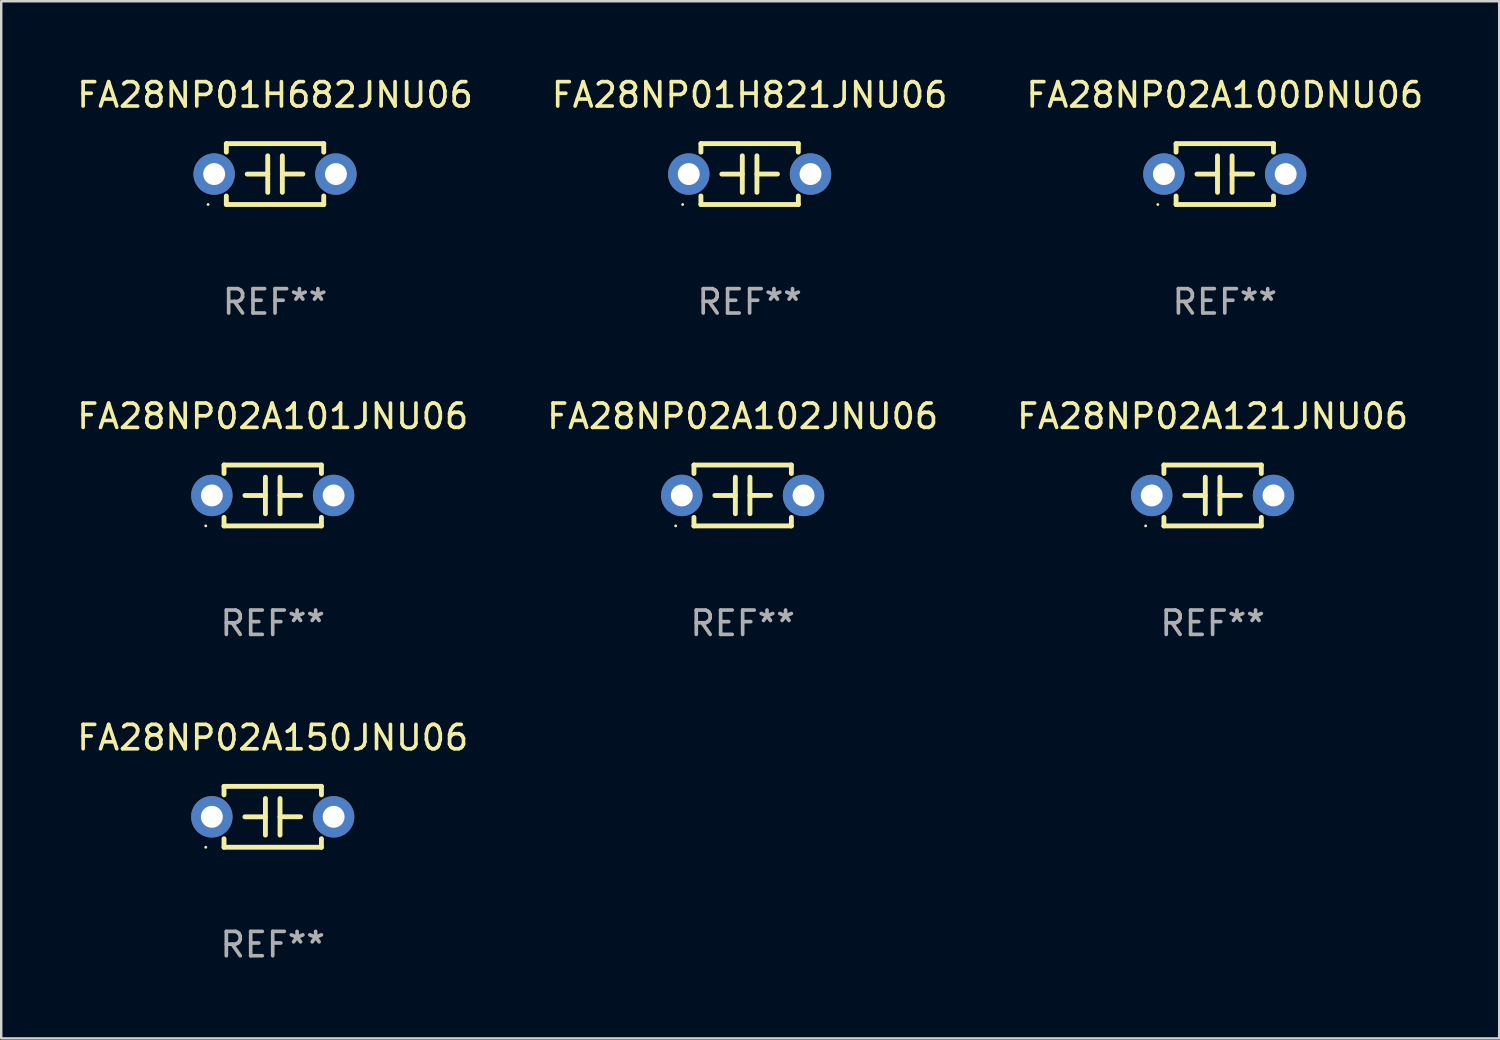
<source format=kicad_pcb>
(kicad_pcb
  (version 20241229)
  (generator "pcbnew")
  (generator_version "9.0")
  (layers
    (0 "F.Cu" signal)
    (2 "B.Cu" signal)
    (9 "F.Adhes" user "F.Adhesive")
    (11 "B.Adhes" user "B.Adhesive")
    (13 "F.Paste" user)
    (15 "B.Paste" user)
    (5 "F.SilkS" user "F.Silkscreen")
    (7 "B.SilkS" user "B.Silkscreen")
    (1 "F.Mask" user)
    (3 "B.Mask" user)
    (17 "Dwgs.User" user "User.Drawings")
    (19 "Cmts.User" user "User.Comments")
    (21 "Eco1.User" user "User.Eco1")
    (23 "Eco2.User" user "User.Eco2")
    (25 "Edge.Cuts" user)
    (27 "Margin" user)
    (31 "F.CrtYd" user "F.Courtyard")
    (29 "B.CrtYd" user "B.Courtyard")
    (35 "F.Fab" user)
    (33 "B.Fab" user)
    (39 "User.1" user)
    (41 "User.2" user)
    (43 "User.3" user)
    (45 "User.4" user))
  (footprint "FA28NP02A102JNU06"
    (layer "F.Cu")
    (at 27.446 17.295)
    (property "Reference" "FA28NP02A102JNU06" (at 0 -3.25 0) (layer "F.SilkS") (effects (font (size 1 1) (thickness 0.15))))
    (attr through_hole)
    (fp_line (start -2 -1.25) (end -2 -0.901) (stroke (width 0.2) (type solid)) (layer "F.SilkS"))
    (fp_line (start -2 -1.25) (end 2 -1.25) (stroke (width 0.2) (type solid)) (layer "F.SilkS"))
    (fp_line (start -2 0.901) (end -2 1.25) (stroke (width 0.2) (type solid)) (layer "F.SilkS"))
    (fp_line (start -0.3 -0.75) (end -0.3 0.75) (stroke (width 0.2) (type solid)) (layer "F.SilkS"))
    (fp_line (start -0.3 0.001) (end -1.143 0.001) (stroke (width 0.2) (type solid)) (layer "F.SilkS"))
    (fp_line (start 0.3 -0.001) (end 1.143 -0.001) (stroke (width 0.2) (type solid)) (layer "F.SilkS"))
    (fp_line (start 0.3 0.75) (end 0.3 -0.75) (stroke (width 0.2) (type solid)) (layer "F.SilkS"))
    (fp_line (start 2 -1.25) (end 2 -0.901) (stroke (width 0.2) (type solid)) (layer "F.SilkS"))
    (fp_line (start 2 0.901) (end 2 1.25) (stroke (width 0.2) (type solid)) (layer "F.SilkS"))
    (fp_line (start 2 1.25) (end -2 1.25) (stroke (width 0.2) (type solid)) (layer "F.SilkS"))
    (fp_circle (center -2.75 1.25) (end -2.72 1.25) (stroke (width 0.06) (type solid)) (fill no) (layer "F.SilkS"))
    (fp_text user "REF**" (at 0 5.25 0) (layer "F.Fab") (effects (font (size 1 1) (thickness 0.15))))
    (pad "1" thru_hole circle (at -2.5 0) (size 1.7 1.7) (drill 0.9) (layers "*.Cu" "*.Mask"))
    (pad "2" thru_hole circle (at 2.5 0) (size 1.7 1.7) (drill 0.9) (layers "*.Cu" "*.Mask")))
  (footprint "FA28NP02A100DNU06"
    (layer "F.Cu")
    (at 47.244 4.098)
    (property "Reference" "FA28NP02A100DNU06" (at 0 -3.25 0) (layer "F.SilkS") (effects (font (size 1 1) (thickness 0.15))))
    (attr through_hole)
    (fp_line (start -2 -1.25) (end -2 -0.901) (stroke (width 0.2) (type solid)) (layer "F.SilkS"))
    (fp_line (start -2 -1.25) (end 2 -1.25) (stroke (width 0.2) (type solid)) (layer "F.SilkS"))
    (fp_line (start -2 0.901) (end -2 1.25) (stroke (width 0.2) (type solid)) (layer "F.SilkS"))
    (fp_line (start -0.3 -0.75) (end -0.3 0.75) (stroke (width 0.2) (type solid)) (layer "F.SilkS"))
    (fp_line (start -0.3 0.001) (end -1.143 0.001) (stroke (width 0.2) (type solid)) (layer "F.SilkS"))
    (fp_line (start 0.3 -0.001) (end 1.143 -0.001) (stroke (width 0.2) (type solid)) (layer "F.SilkS"))
    (fp_line (start 0.3 0.75) (end 0.3 -0.75) (stroke (width 0.2) (type solid)) (layer "F.SilkS"))
    (fp_line (start 2 -1.25) (end 2 -0.901) (stroke (width 0.2) (type solid)) (layer "F.SilkS"))
    (fp_line (start 2 0.901) (end 2 1.25) (stroke (width 0.2) (type solid)) (layer "F.SilkS"))
    (fp_line (start 2 1.25) (end -2 1.25) (stroke (width 0.2) (type solid)) (layer "F.SilkS"))
    (fp_circle (center -2.75 1.25) (end -2.72 1.25) (stroke (width 0.06) (type solid)) (fill no) (layer "F.SilkS"))
    (fp_text user "REF**" (at 0 5.25 0) (layer "F.Fab") (effects (font (size 1 1) (thickness 0.15))))
    (pad "1" thru_hole circle (at -2.5 0) (size 1.7 1.7) (drill 0.9) (layers "*.Cu" "*.Mask"))
    (pad "2" thru_hole circle (at 2.5 0) (size 1.7 1.7) (drill 0.9) (layers "*.Cu" "*.Mask")))
  (footprint "FA28NP01H821JNU06"
    (layer "F.Cu")
    (at 27.732 4.098)
    (property "Reference" "FA28NP01H821JNU06" (at 0 -3.25 0) (layer "F.SilkS") (effects (font (size 1 1) (thickness 0.15))))
    (attr through_hole)
    (fp_line (start -2 -1.25) (end -2 -0.901) (stroke (width 0.2) (type solid)) (layer "F.SilkS"))
    (fp_line (start -2 -1.25) (end 2 -1.25) (stroke (width 0.2) (type solid)) (layer "F.SilkS"))
    (fp_line (start -2 0.901) (end -2 1.25) (stroke (width 0.2) (type solid)) (layer "F.SilkS"))
    (fp_line (start -0.3 -0.75) (end -0.3 0.75) (stroke (width 0.2) (type solid)) (layer "F.SilkS"))
    (fp_line (start -0.3 0.001) (end -1.143 0.001) (stroke (width 0.2) (type solid)) (layer "F.SilkS"))
    (fp_line (start 0.3 -0.001) (end 1.143 -0.001) (stroke (width 0.2) (type solid)) (layer "F.SilkS"))
    (fp_line (start 0.3 0.75) (end 0.3 -0.75) (stroke (width 0.2) (type solid)) (layer "F.SilkS"))
    (fp_line (start 2 -1.25) (end 2 -0.901) (stroke (width 0.2) (type solid)) (layer "F.SilkS"))
    (fp_line (start 2 0.901) (end 2 1.25) (stroke (width 0.2) (type solid)) (layer "F.SilkS"))
    (fp_line (start 2 1.25) (end -2 1.25) (stroke (width 0.2) (type solid)) (layer "F.SilkS"))
    (fp_circle (center -2.75 1.25) (end -2.72 1.25) (stroke (width 0.06) (type solid)) (fill no) (layer "F.SilkS"))
    (fp_text user "REF**" (at 0 5.25 0) (layer "F.Fab") (effects (font (size 1 1) (thickness 0.15))))
    (pad "1" thru_hole circle (at -2.5 0) (size 1.7 1.7) (drill 0.9) (layers "*.Cu" "*.Mask"))
    (pad "2" thru_hole circle (at 2.5 0) (size 1.7 1.7) (drill 0.9) (layers "*.Cu" "*.Mask")))
  (footprint "FA28NP02A150JNU06"
    (layer "F.Cu")
    (at 8.149 30.491)
    (property "Reference" "FA28NP02A150JNU06" (at 0 -3.25 0) (layer "F.SilkS") (effects (font (size 1 1) (thickness 0.15))))
    (attr through_hole)
    (fp_line (start -2 -1.25) (end -2 -0.901) (stroke (width 0.2) (type solid)) (layer "F.SilkS"))
    (fp_line (start -2 -1.25) (end 2 -1.25) (stroke (width 0.2) (type solid)) (layer "F.SilkS"))
    (fp_line (start -2 0.901) (end -2 1.25) (stroke (width 0.2) (type solid)) (layer "F.SilkS"))
    (fp_line (start -0.3 -0.75) (end -0.3 0.75) (stroke (width 0.2) (type solid)) (layer "F.SilkS"))
    (fp_line (start -0.3 0.001) (end -1.143 0.001) (stroke (width 0.2) (type solid)) (layer "F.SilkS"))
    (fp_line (start 0.3 -0.001) (end 1.143 -0.001) (stroke (width 0.2) (type solid)) (layer "F.SilkS"))
    (fp_line (start 0.3 0.75) (end 0.3 -0.75) (stroke (width 0.2) (type solid)) (layer "F.SilkS"))
    (fp_line (start 2 -1.25) (end 2 -0.901) (stroke (width 0.2) (type solid)) (layer "F.SilkS"))
    (fp_line (start 2 0.901) (end 2 1.25) (stroke (width 0.2) (type solid)) (layer "F.SilkS"))
    (fp_line (start 2 1.25) (end -2 1.25) (stroke (width 0.2) (type solid)) (layer "F.SilkS"))
    (fp_circle (center -2.75 1.25) (end -2.72 1.25) (stroke (width 0.06) (type solid)) (fill no) (layer "F.SilkS"))
    (fp_text user "REF**" (at 0 5.25 0) (layer "F.Fab") (effects (font (size 1 1) (thickness 0.15))))
    (pad "1" thru_hole circle (at -2.5 0) (size 1.7 1.7) (drill 0.9) (layers "*.Cu" "*.Mask"))
    (pad "2" thru_hole circle (at 2.5 0) (size 1.7 1.7) (drill 0.9) (layers "*.Cu" "*.Mask")))
  (footprint "FA28NP02A121JNU06"
    (layer "F.Cu")
    (at 46.744 17.295)
    (property "Reference" "FA28NP02A121JNU06" (at 0 -3.25 0) (layer "F.SilkS") (effects (font (size 1 1) (thickness 0.15))))
    (attr through_hole)
    (fp_line (start -2 -1.25) (end -2 -0.901) (stroke (width 0.2) (type solid)) (layer "F.SilkS"))
    (fp_line (start -2 -1.25) (end 2 -1.25) (stroke (width 0.2) (type solid)) (layer "F.SilkS"))
    (fp_line (start -2 0.901) (end -2 1.25) (stroke (width 0.2) (type solid)) (layer "F.SilkS"))
    (fp_line (start -0.3 -0.75) (end -0.3 0.75) (stroke (width 0.2) (type solid)) (layer "F.SilkS"))
    (fp_line (start -0.3 0.001) (end -1.143 0.001) (stroke (width 0.2) (type solid)) (layer "F.SilkS"))
    (fp_line (start 0.3 -0.001) (end 1.143 -0.001) (stroke (width 0.2) (type solid)) (layer "F.SilkS"))
    (fp_line (start 0.3 0.75) (end 0.3 -0.75) (stroke (width 0.2) (type solid)) (layer "F.SilkS"))
    (fp_line (start 2 -1.25) (end 2 -0.901) (stroke (width 0.2) (type solid)) (layer "F.SilkS"))
    (fp_line (start 2 0.901) (end 2 1.25) (stroke (width 0.2) (type solid)) (layer "F.SilkS"))
    (fp_line (start 2 1.25) (end -2 1.25) (stroke (width 0.2) (type solid)) (layer "F.SilkS"))
    (fp_circle (center -2.75 1.25) (end -2.72 1.25) (stroke (width 0.06) (type solid)) (fill no) (layer "F.SilkS"))
    (fp_text user "REF**" (at 0 5.25 0) (layer "F.Fab") (effects (font (size 1 1) (thickness 0.15))))
    (pad "1" thru_hole circle (at -2.5 0) (size 1.7 1.7) (drill 0.9) (layers "*.Cu" "*.Mask"))
    (pad "2" thru_hole circle (at 2.5 0) (size 1.7 1.7) (drill 0.9) (layers "*.Cu" "*.Mask")))
  (footprint "FA28NP01H682JNU06"
    (layer "F.Cu")
    (at 8.244 4.098)
    (property "Reference" "FA28NP01H682JNU06" (at 0 -3.25 0) (layer "F.SilkS") (effects (font (size 1 1) (thickness 0.15))))
    (attr through_hole)
    (fp_line (start -2 -1.25) (end -2 -0.901) (stroke (width 0.2) (type solid)) (layer "F.SilkS"))
    (fp_line (start -2 -1.25) (end 2 -1.25) (stroke (width 0.2) (type solid)) (layer "F.SilkS"))
    (fp_line (start -2 0.901) (end -2 1.25) (stroke (width 0.2) (type solid)) (layer "F.SilkS"))
    (fp_line (start -0.3 -0.75) (end -0.3 0.75) (stroke (width 0.2) (type solid)) (layer "F.SilkS"))
    (fp_line (start -0.3 0.001) (end -1.143 0.001) (stroke (width 0.2) (type solid)) (layer "F.SilkS"))
    (fp_line (start 0.3 -0.001) (end 1.143 -0.001) (stroke (width 0.2) (type solid)) (layer "F.SilkS"))
    (fp_line (start 0.3 0.75) (end 0.3 -0.75) (stroke (width 0.2) (type solid)) (layer "F.SilkS"))
    (fp_line (start 2 -1.25) (end 2 -0.901) (stroke (width 0.2) (type solid)) (layer "F.SilkS"))
    (fp_line (start 2 0.901) (end 2 1.25) (stroke (width 0.2) (type solid)) (layer "F.SilkS"))
    (fp_line (start 2 1.25) (end -2 1.25) (stroke (width 0.2) (type solid)) (layer "F.SilkS"))
    (fp_circle (center -2.75 1.25) (end -2.72 1.25) (stroke (width 0.06) (type solid)) (fill no) (layer "F.SilkS"))
    (fp_text user "REF**" (at 0 5.25 0) (layer "F.Fab") (effects (font (size 1 1) (thickness 0.15))))
    (pad "1" thru_hole circle (at -2.5 0) (size 1.7 1.7) (drill 0.9) (layers "*.Cu" "*.Mask"))
    (pad "2" thru_hole circle (at 2.5 0) (size 1.7 1.7) (drill 0.9) (layers "*.Cu" "*.Mask")))
  (footprint "FA28NP02A101JNU06"
    (layer "F.Cu")
    (at 8.149 17.295)
    (property "Reference" "FA28NP02A101JNU06" (at 0 -3.25 0) (layer "F.SilkS") (effects (font (size 1 1) (thickness 0.15))))
    (attr through_hole)
    (fp_line (start -2 -1.25) (end -2 -0.901) (stroke (width 0.2) (type solid)) (layer "F.SilkS"))
    (fp_line (start -2 -1.25) (end 2 -1.25) (stroke (width 0.2) (type solid)) (layer "F.SilkS"))
    (fp_line (start -2 0.901) (end -2 1.25) (stroke (width 0.2) (type solid)) (layer "F.SilkS"))
    (fp_line (start -0.3 -0.75) (end -0.3 0.75) (stroke (width 0.2) (type solid)) (layer "F.SilkS"))
    (fp_line (start -0.3 0.001) (end -1.143 0.001) (stroke (width 0.2) (type solid)) (layer "F.SilkS"))
    (fp_line (start 0.3 -0.001) (end 1.143 -0.001) (stroke (width 0.2) (type solid)) (layer "F.SilkS"))
    (fp_line (start 0.3 0.75) (end 0.3 -0.75) (stroke (width 0.2) (type solid)) (layer "F.SilkS"))
    (fp_line (start 2 -1.25) (end 2 -0.901) (stroke (width 0.2) (type solid)) (layer "F.SilkS"))
    (fp_line (start 2 0.901) (end 2 1.25) (stroke (width 0.2) (type solid)) (layer "F.SilkS"))
    (fp_line (start 2 1.25) (end -2 1.25) (stroke (width 0.2) (type solid)) (layer "F.SilkS"))
    (fp_circle (center -2.75 1.25) (end -2.72 1.25) (stroke (width 0.06) (type solid)) (fill no) (layer "F.SilkS"))
    (fp_text user "REF**" (at 0 5.25 0) (layer "F.Fab") (effects (font (size 1 1) (thickness 0.15))))
    (pad "1" thru_hole circle (at -2.5 0) (size 1.7 1.7) (drill 0.9) (layers "*.Cu" "*.Mask"))
    (pad "2" thru_hole circle (at 2.5 0) (size 1.7 1.7) (drill 0.9) (layers "*.Cu" "*.Mask")))
  (gr_rect
    (start -3 -3)
    (end 58.512 39.59)
    (stroke (width 0.1) (type default))
    (fill no)
    (layer "Edge.Cuts")))
</source>
